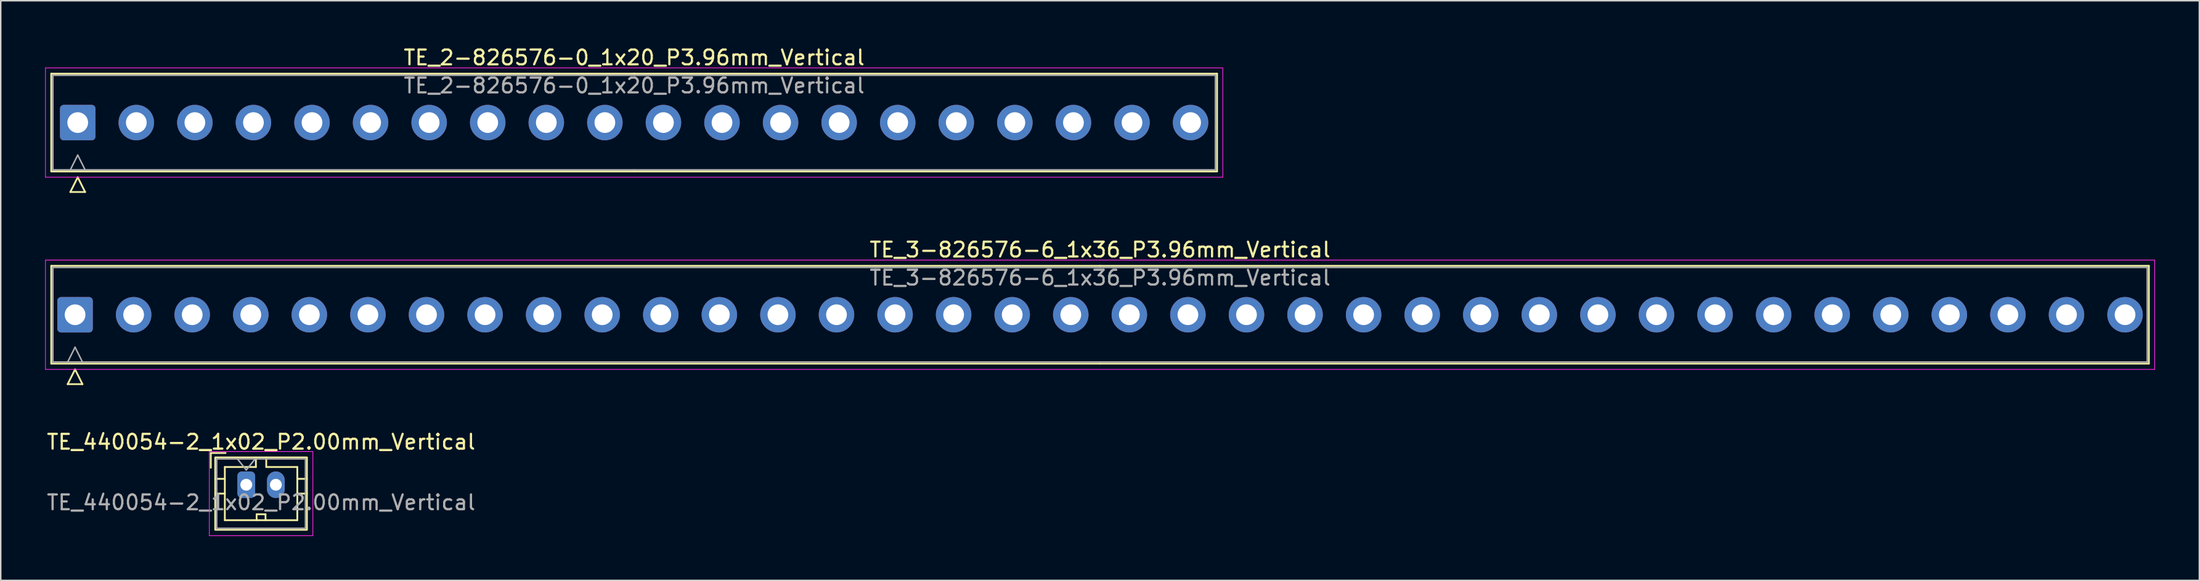
<source format=kicad_pcb>
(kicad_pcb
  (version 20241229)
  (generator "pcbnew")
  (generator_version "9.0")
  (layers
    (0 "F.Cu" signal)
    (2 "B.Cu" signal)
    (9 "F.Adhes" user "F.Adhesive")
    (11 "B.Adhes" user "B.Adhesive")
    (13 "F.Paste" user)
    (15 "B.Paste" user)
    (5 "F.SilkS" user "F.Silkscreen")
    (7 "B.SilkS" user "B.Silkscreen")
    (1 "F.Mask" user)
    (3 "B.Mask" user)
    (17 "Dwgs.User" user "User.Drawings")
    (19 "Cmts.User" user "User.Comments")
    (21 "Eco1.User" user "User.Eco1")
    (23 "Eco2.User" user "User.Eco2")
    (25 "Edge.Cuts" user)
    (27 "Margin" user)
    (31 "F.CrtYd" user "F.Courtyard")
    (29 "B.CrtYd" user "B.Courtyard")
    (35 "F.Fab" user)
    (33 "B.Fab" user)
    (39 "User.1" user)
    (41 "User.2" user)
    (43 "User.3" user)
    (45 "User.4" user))
  (footprint "TE_3-826576-6_1x36_P3.96mm_Vertical"
    (layer "F.Cu")
    (at 2.025 18.256)
    (property "Reference" "TE_3-826576-6_1x36_P3.96mm_Vertical" (at 69.3 -4.4 0) (layer "F.SilkS") (effects (font (size 1 1) (thickness 0.15))))
    (attr through_hole)
    (fp_line (start -1.61 -3.31) (end -1.61 3.31) (stroke (width 0.12) (type solid)) (layer "F.SilkS"))
    (fp_line (start -1.61 3.31) (end 69.3 3.31) (stroke (width 0.12) (type solid)) (layer "F.SilkS"))
    (fp_line (start -0.5 4.7) (end 0 3.7) (stroke (width 0.12) (type solid)) (layer "F.SilkS"))
    (fp_line (start 0 3.7) (end 0.5 4.7) (stroke (width 0.12) (type solid)) (layer "F.SilkS"))
    (fp_line (start 0.5 4.7) (end -0.5 4.7) (stroke (width 0.12) (type solid)) (layer "F.SilkS"))
    (fp_line (start 69.3 -3.31) (end -1.61 -3.31) (stroke (width 0.12) (type solid)) (layer "F.SilkS"))
    (fp_line (start 69.3 -3.31) (end 140.21 -3.31) (stroke (width 0.12) (type solid)) (layer "F.SilkS"))
    (fp_line (start 140.21 -3.31) (end 140.21 3.31) (stroke (width 0.12) (type solid)) (layer "F.SilkS"))
    (fp_line (start 140.21 3.31) (end 69.3 3.31) (stroke (width 0.12) (type solid)) (layer "F.SilkS"))
    (fp_line (start -2 -3.7) (end -2 3.7) (stroke (width 0.05) (type solid)) (layer "F.CrtYd"))
    (fp_line (start -2 3.7) (end 140.6 3.7) (stroke (width 0.05) (type solid)) (layer "F.CrtYd"))
    (fp_line (start 140.6 -3.7) (end -2 -3.7) (stroke (width 0.05) (type solid)) (layer "F.CrtYd"))
    (fp_line (start 140.6 3.7) (end 140.6 -3.7) (stroke (width 0.05) (type solid)) (layer "F.CrtYd"))
    (fp_line (start -1.5 -3.2) (end -1.5 3.2) (stroke (width 0.1) (type solid)) (layer "F.Fab"))
    (fp_line (start -1.5 3.2) (end 69.3 3.2) (stroke (width 0.1) (type solid)) (layer "F.Fab"))
    (fp_line (start -0.5 3.2) (end 0 2.2) (stroke (width 0.1) (type solid)) (layer "F.Fab"))
    (fp_line (start 0 2.2) (end 0.5 3.2) (stroke (width 0.1) (type solid)) (layer "F.Fab"))
    (fp_line (start 69.3 -3.2) (end -1.5 -3.2) (stroke (width 0.1) (type solid)) (layer "F.Fab"))
    (fp_line (start 69.3 -3.2) (end 140.1 -3.2) (stroke (width 0.1) (type solid)) (layer "F.Fab"))
    (fp_line (start 140.1 -3.2) (end 140.1 3.2) (stroke (width 0.1) (type solid)) (layer "F.Fab"))
    (fp_line (start 140.1 3.2) (end 69.3 3.2) (stroke (width 0.1) (type solid)) (layer "F.Fab"))
    (fp_text user "${REFERENCE}" (at 69.3 -2.5 0) (layer "F.Fab") (effects (font (size 1 1) (thickness 0.15))))
    (pad "1" thru_hole roundrect (at 0 0) (size 2.4 2.4) (drill 1.4) (layers "*.Cu" "*.Mask") (roundrect_rratio 0.104))
    (pad "2" thru_hole circle (at 3.96 0) (size 2.4 2.4) (drill 1.4) (layers "*.Cu" "*.Mask"))
    (pad "3" thru_hole circle (at 7.92 0) (size 2.4 2.4) (drill 1.4) (layers "*.Cu" "*.Mask"))
    (pad "4" thru_hole circle (at 11.88 0) (size 2.4 2.4) (drill 1.4) (layers "*.Cu" "*.Mask"))
    (pad "5" thru_hole circle (at 15.84 0) (size 2.4 2.4) (drill 1.4) (layers "*.Cu" "*.Mask"))
    (pad "6" thru_hole circle (at 19.8 0) (size 2.4 2.4) (drill 1.4) (layers "*.Cu" "*.Mask"))
    (pad "7" thru_hole circle (at 23.76 0) (size 2.4 2.4) (drill 1.4) (layers "*.Cu" "*.Mask"))
    (pad "8" thru_hole circle (at 27.72 0) (size 2.4 2.4) (drill 1.4) (layers "*.Cu" "*.Mask"))
    (pad "9" thru_hole circle (at 31.68 0) (size 2.4 2.4) (drill 1.4) (layers "*.Cu" "*.Mask"))
    (pad "10" thru_hole circle (at 35.64 0) (size 2.4 2.4) (drill 1.4) (layers "*.Cu" "*.Mask"))
    (pad "11" thru_hole circle (at 39.6 0) (size 2.4 2.4) (drill 1.4) (layers "*.Cu" "*.Mask"))
    (pad "12" thru_hole circle (at 43.56 0) (size 2.4 2.4) (drill 1.4) (layers "*.Cu" "*.Mask"))
    (pad "13" thru_hole circle (at 47.52 0) (size 2.4 2.4) (drill 1.4) (layers "*.Cu" "*.Mask"))
    (pad "14" thru_hole circle (at 51.48 0) (size 2.4 2.4) (drill 1.4) (layers "*.Cu" "*.Mask"))
    (pad "15" thru_hole circle (at 55.44 0) (size 2.4 2.4) (drill 1.4) (layers "*.Cu" "*.Mask"))
    (pad "16" thru_hole circle (at 59.4 0) (size 2.4 2.4) (drill 1.4) (layers "*.Cu" "*.Mask"))
    (pad "17" thru_hole circle (at 63.36 0) (size 2.4 2.4) (drill 1.4) (layers "*.Cu" "*.Mask"))
    (pad "18" thru_hole circle (at 67.32 0) (size 2.4 2.4) (drill 1.4) (layers "*.Cu" "*.Mask"))
    (pad "19" thru_hole circle (at 71.28 0) (size 2.4 2.4) (drill 1.4) (layers "*.Cu" "*.Mask"))
    (pad "20" thru_hole circle (at 75.24 0) (size 2.4 2.4) (drill 1.4) (layers "*.Cu" "*.Mask"))
    (pad "21" thru_hole circle (at 79.2 0) (size 2.4 2.4) (drill 1.4) (layers "*.Cu" "*.Mask"))
    (pad "22" thru_hole circle (at 83.16 0) (size 2.4 2.4) (drill 1.4) (layers "*.Cu" "*.Mask"))
    (pad "23" thru_hole circle (at 87.12 0) (size 2.4 2.4) (drill 1.4) (layers "*.Cu" "*.Mask"))
    (pad "24" thru_hole circle (at 91.08 0) (size 2.4 2.4) (drill 1.4) (layers "*.Cu" "*.Mask"))
    (pad "25" thru_hole circle (at 95.04 0) (size 2.4 2.4) (drill 1.4) (layers "*.Cu" "*.Mask"))
    (pad "26" thru_hole circle (at 99 0) (size 2.4 2.4) (drill 1.4) (layers "*.Cu" "*.Mask"))
    (pad "27" thru_hole circle (at 102.96 0) (size 2.4 2.4) (drill 1.4) (layers "*.Cu" "*.Mask"))
    (pad "28" thru_hole circle (at 106.92 0) (size 2.4 2.4) (drill 1.4) (layers "*.Cu" "*.Mask"))
    (pad "29" thru_hole circle (at 110.88 0) (size 2.4 2.4) (drill 1.4) (layers "*.Cu" "*.Mask"))
    (pad "30" thru_hole circle (at 114.84 0) (size 2.4 2.4) (drill 1.4) (layers "*.Cu" "*.Mask"))
    (pad "31" thru_hole circle (at 118.8 0) (size 2.4 2.4) (drill 1.4) (layers "*.Cu" "*.Mask"))
    (pad "32" thru_hole circle (at 122.76 0) (size 2.4 2.4) (drill 1.4) (layers "*.Cu" "*.Mask"))
    (pad "33" thru_hole circle (at 126.72 0) (size 2.4 2.4) (drill 1.4) (layers "*.Cu" "*.Mask"))
    (pad "34" thru_hole circle (at 130.68 0) (size 2.4 2.4) (drill 1.4) (layers "*.Cu" "*.Mask"))
    (pad "35" thru_hole circle (at 134.64 0) (size 2.4 2.4) (drill 1.4) (layers "*.Cu" "*.Mask"))
    (pad "36" thru_hole circle (at 138.6 0) (size 2.4 2.4) (drill 1.4) (layers "*.Cu" "*.Mask")))
  (footprint "TE_2-826576-0_1x20_P3.96mm_Vertical"
    (layer "F.Cu")
    (at 2.205 5.248)
    (property "Reference" "TE_2-826576-0_1x20_P3.96mm_Vertical" (at 37.62 -4.4 0) (layer "F.SilkS") (effects (font (size 1 1) (thickness 0.15))))
    (attr through_hole)
    (fp_line (start -1.79 -3.31) (end -1.79 3.31) (stroke (width 0.12) (type solid)) (layer "F.SilkS"))
    (fp_line (start -1.79 3.31) (end 37.62 3.31) (stroke (width 0.12) (type solid)) (layer "F.SilkS"))
    (fp_line (start -0.5 4.7) (end 0 3.7) (stroke (width 0.12) (type solid)) (layer "F.SilkS"))
    (fp_line (start 0 3.7) (end 0.5 4.7) (stroke (width 0.12) (type solid)) (layer "F.SilkS"))
    (fp_line (start 0.5 4.7) (end -0.5 4.7) (stroke (width 0.12) (type solid)) (layer "F.SilkS"))
    (fp_line (start 37.62 -3.31) (end -1.79 -3.31) (stroke (width 0.12) (type solid)) (layer "F.SilkS"))
    (fp_line (start 37.62 -3.31) (end 77.03 -3.31) (stroke (width 0.12) (type solid)) (layer "F.SilkS"))
    (fp_line (start 77.03 -3.31) (end 77.03 3.31) (stroke (width 0.12) (type solid)) (layer "F.SilkS"))
    (fp_line (start 77.03 3.31) (end 37.62 3.31) (stroke (width 0.12) (type solid)) (layer "F.SilkS"))
    (fp_line (start -2.18 -3.7) (end -2.18 3.7) (stroke (width 0.05) (type solid)) (layer "F.CrtYd"))
    (fp_line (start -2.18 3.7) (end 77.42 3.7) (stroke (width 0.05) (type solid)) (layer "F.CrtYd"))
    (fp_line (start 77.42 -3.7) (end -2.18 -3.7) (stroke (width 0.05) (type solid)) (layer "F.CrtYd"))
    (fp_line (start 77.42 3.7) (end 77.42 -3.7) (stroke (width 0.05) (type solid)) (layer "F.CrtYd"))
    (fp_line (start -1.68 -3.2) (end -1.68 3.2) (stroke (width 0.1) (type solid)) (layer "F.Fab"))
    (fp_line (start -1.68 3.2) (end 37.62 3.2) (stroke (width 0.1) (type solid)) (layer "F.Fab"))
    (fp_line (start -0.5 3.2) (end 0 2.2) (stroke (width 0.1) (type solid)) (layer "F.Fab"))
    (fp_line (start 0 2.2) (end 0.5 3.2) (stroke (width 0.1) (type solid)) (layer "F.Fab"))
    (fp_line (start 37.62 -3.2) (end -1.68 -3.2) (stroke (width 0.1) (type solid)) (layer "F.Fab"))
    (fp_line (start 37.62 -3.2) (end 76.92 -3.2) (stroke (width 0.1) (type solid)) (layer "F.Fab"))
    (fp_line (start 76.92 -3.2) (end 76.92 3.2) (stroke (width 0.1) (type solid)) (layer "F.Fab"))
    (fp_line (start 76.92 3.2) (end 37.62 3.2) (stroke (width 0.1) (type solid)) (layer "F.Fab"))
    (fp_text user "${REFERENCE}" (at 37.62 -2.5 0) (layer "F.Fab") (effects (font (size 1 1) (thickness 0.15))))
    (pad "1" thru_hole roundrect (at 0 0) (size 2.4 2.4) (drill 1.4) (layers "*.Cu" "*.Mask") (roundrect_rratio 0.104))
    (pad "2" thru_hole circle (at 3.96 0) (size 2.4 2.4) (drill 1.4) (layers "*.Cu" "*.Mask"))
    (pad "3" thru_hole circle (at 7.92 0) (size 2.4 2.4) (drill 1.4) (layers "*.Cu" "*.Mask"))
    (pad "4" thru_hole circle (at 11.88 0) (size 2.4 2.4) (drill 1.4) (layers "*.Cu" "*.Mask"))
    (pad "5" thru_hole circle (at 15.84 0) (size 2.4 2.4) (drill 1.4) (layers "*.Cu" "*.Mask"))
    (pad "6" thru_hole circle (at 19.8 0) (size 2.4 2.4) (drill 1.4) (layers "*.Cu" "*.Mask"))
    (pad "7" thru_hole circle (at 23.76 0) (size 2.4 2.4) (drill 1.4) (layers "*.Cu" "*.Mask"))
    (pad "8" thru_hole circle (at 27.72 0) (size 2.4 2.4) (drill 1.4) (layers "*.Cu" "*.Mask"))
    (pad "9" thru_hole circle (at 31.68 0) (size 2.4 2.4) (drill 1.4) (layers "*.Cu" "*.Mask"))
    (pad "10" thru_hole circle (at 35.64 0) (size 2.4 2.4) (drill 1.4) (layers "*.Cu" "*.Mask"))
    (pad "11" thru_hole circle (at 39.6 0) (size 2.4 2.4) (drill 1.4) (layers "*.Cu" "*.Mask"))
    (pad "12" thru_hole circle (at 43.56 0) (size 2.4 2.4) (drill 1.4) (layers "*.Cu" "*.Mask"))
    (pad "13" thru_hole circle (at 47.52 0) (size 2.4 2.4) (drill 1.4) (layers "*.Cu" "*.Mask"))
    (pad "14" thru_hole circle (at 51.48 0) (size 2.4 2.4) (drill 1.4) (layers "*.Cu" "*.Mask"))
    (pad "15" thru_hole circle (at 55.44 0) (size 2.4 2.4) (drill 1.4) (layers "*.Cu" "*.Mask"))
    (pad "16" thru_hole circle (at 59.4 0) (size 2.4 2.4) (drill 1.4) (layers "*.Cu" "*.Mask"))
    (pad "17" thru_hole circle (at 63.36 0) (size 2.4 2.4) (drill 1.4) (layers "*.Cu" "*.Mask"))
    (pad "18" thru_hole circle (at 67.32 0) (size 2.4 2.4) (drill 1.4) (layers "*.Cu" "*.Mask"))
    (pad "19" thru_hole circle (at 71.28 0) (size 2.4 2.4) (drill 1.4) (layers "*.Cu" "*.Mask"))
    (pad "20" thru_hole circle (at 75.24 0) (size 2.4 2.4) (drill 1.4) (layers "*.Cu" "*.Mask")))
  (footprint "TE_440054-2_1x02_P2.00mm_Vertical"
    (layer "F.Cu")
    (at 13.601 29.765)
    (property "Reference" "TE_440054-2_1x02_P2.00mm_Vertical" (at 1 -2.9 0) (unlocked yes) (layer "F.SilkS") (effects (font (size 1 1) (thickness 0.15))))
    (attr through_hole)
    (fp_line (start -2.4 -2.15) (end -2.4 -1.15) (stroke (width 0.12) (type solid)) (layer "F.SilkS"))
    (fp_line (start -2.4 -2.15) (end -1.4 -2.15) (stroke (width 0.12) (type solid)) (layer "F.SilkS"))
    (fp_line (start -2.1 -0.4) (end -1.45 -0.4) (stroke (width 0.12) (type solid)) (layer "F.SilkS"))
    (fp_line (start -2.1 0.6) (end -1.45 0.6) (stroke (width 0.12) (type solid)) (layer "F.SilkS"))
    (fp_line (start -1.45 -1.2) (end 0.65 -1.2) (stroke (width 0.12) (type solid)) (layer "F.SilkS"))
    (fp_line (start -1.45 2.4) (end -1.45 -1.2) (stroke (width 0.12) (type solid)) (layer "F.SilkS"))
    (fp_line (start 0.65 -1.85) (end 0.65 -1.2) (stroke (width 0.12) (type solid)) (layer "F.SilkS"))
    (fp_line (start 0.7 2) (end 1.3 2) (stroke (width 0.12) (type solid)) (layer "F.SilkS"))
    (fp_line (start 0.7 2.4) (end 0.7 2) (stroke (width 0.12) (type solid)) (layer "F.SilkS"))
    (fp_line (start 1.3 2) (end 1.3 2.4) (stroke (width 0.12) (type solid)) (layer "F.SilkS"))
    (fp_line (start 1.35 -1.85) (end 1.35 -1.2) (stroke (width 0.12) (type solid)) (layer "F.SilkS"))
    (fp_line (start 3.45 -1.2) (end 1.35 -1.2) (stroke (width 0.12) (type solid)) (layer "F.SilkS"))
    (fp_line (start 3.45 -1.2) (end 3.45 2.4) (stroke (width 0.12) (type solid)) (layer "F.SilkS"))
    (fp_line (start 3.45 -0.4) (end 4.1 -0.4) (stroke (width 0.12) (type solid)) (layer "F.SilkS"))
    (fp_line (start 3.45 0.6) (end 4.1 0.6) (stroke (width 0.12) (type solid)) (layer "F.SilkS"))
    (fp_line (start 3.45 2.4) (end -1.45 2.4) (stroke (width 0.12) (type solid)) (layer "F.SilkS"))
    (fp_rect (start -2.1 -1.85) (end 4.1 3.05) (stroke (width 0.12) (type solid)) (fill no) (layer "F.SilkS"))
    (fp_rect (start -2.5 -2.25) (end 4.5 3.45) (stroke (width 0.05) (type solid)) (fill no) (layer "F.CrtYd"))
    (fp_line (start 0 -1) (end -0.6 -1.75) (stroke (width 0.1) (type solid)) (layer "F.Fab"))
    (fp_line (start 0.6 -1.75) (end 0 -1) (stroke (width 0.1) (type solid)) (layer "F.Fab"))
    (fp_rect (start -2 -1.75) (end 4 2.95) (stroke (width 0.1) (type solid)) (fill no) (layer "F.Fab"))
    (fp_text user "${REFERENCE}" (at 1 1.2 0) (unlocked yes) (layer "F.Fab") (effects (font (size 1 1) (thickness 0.15))))
    (pad "1" thru_hole roundrect (at 0 0) (size 1.2 1.8) (drill 0.8) (layers "*.Cu" "*.Mask") (roundrect_rratio 0.25))
    (pad "2" thru_hole oval (at 2 0) (size 1.2 1.8) (drill 0.8) (layers "*.Cu" "*.Mask")))
  (gr_rect
    (start -3 -3)
    (end 145.65 36.24)
    (stroke (width 0.1) (type default))
    (fill no)
    (layer "Edge.Cuts")))
</source>
